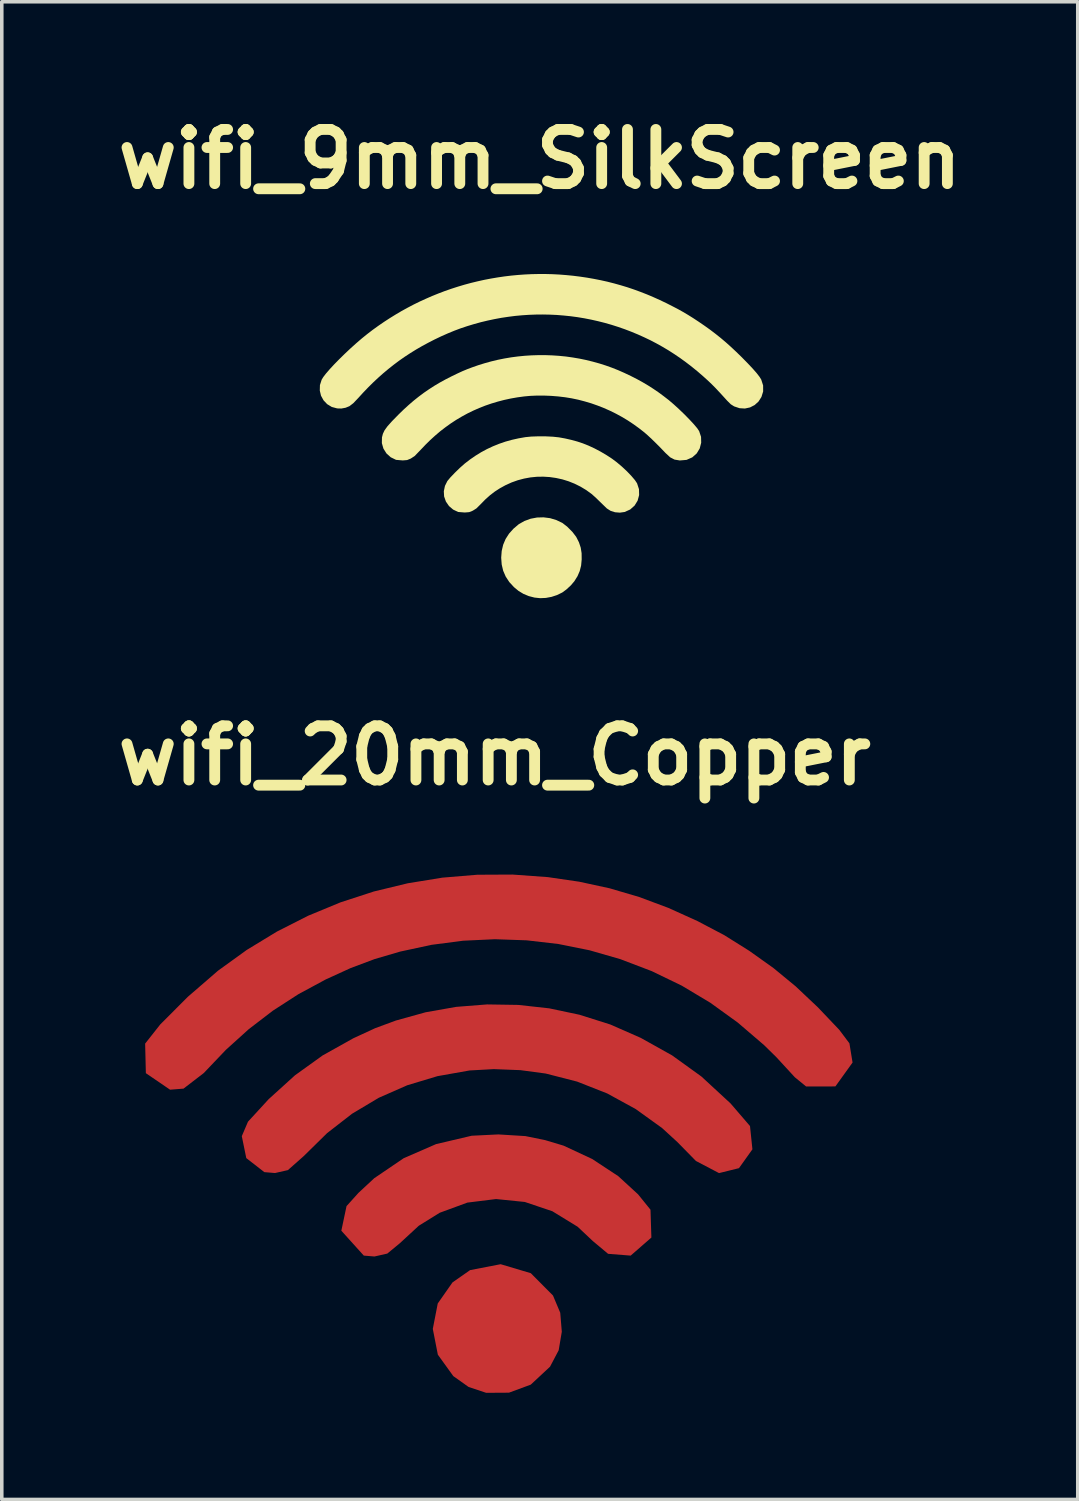
<source format=kicad_pcb>
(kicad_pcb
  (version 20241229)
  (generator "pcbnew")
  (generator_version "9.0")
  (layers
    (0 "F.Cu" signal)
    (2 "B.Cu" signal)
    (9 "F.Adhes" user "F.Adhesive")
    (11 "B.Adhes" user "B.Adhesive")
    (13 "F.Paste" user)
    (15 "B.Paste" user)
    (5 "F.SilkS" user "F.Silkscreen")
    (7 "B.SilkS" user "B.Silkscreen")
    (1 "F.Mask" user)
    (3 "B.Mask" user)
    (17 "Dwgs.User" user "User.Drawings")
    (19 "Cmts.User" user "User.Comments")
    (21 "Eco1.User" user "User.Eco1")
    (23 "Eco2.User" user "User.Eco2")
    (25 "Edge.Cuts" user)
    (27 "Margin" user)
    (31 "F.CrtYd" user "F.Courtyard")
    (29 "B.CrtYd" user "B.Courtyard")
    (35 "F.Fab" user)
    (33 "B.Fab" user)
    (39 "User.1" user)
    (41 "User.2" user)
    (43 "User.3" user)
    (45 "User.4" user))
  (footprint "wifi_20mm_Copper"
    (layer "F.Cu")
    (at 10.864 28.729)
    (property "Reference" "wifi_20mm_Copper" (at 0 -10.526 0) (layer "F.SilkS") (effects (font (size 1.524 1.524) (thickness 0.305))))
    (attr exclude_from_pos_files exclude_from_bom)
    (fp_poly (pts (xy -0.238 7.402) (xy -0.734 7.236) (xy -1.162 6.932) (xy -1.597 6.329) (xy -1.739 5.604) (xy -1.6 4.889) (xy -1.185 4.296) (xy -0.69 3.95) (xy 0.17 3.784) (xy 1.018 4.037) (xy 1.642 4.665) (xy 1.846 5.15) (xy 1.89 5.684) (xy 1.802 6.205) (xy 1.558 6.668) (xy 1.016 7.172) (xy 0.404 7.398) (xy -0.238 7.402)) (stroke (width 0) (type solid)) (fill yes) (layer "F.Cu"))
    (fp_poly (pts (xy -3.68 3.542) (xy -4.312 2.842) (xy -4.166 2.15) (xy -3.83 1.777) (xy -3.387 1.365) (xy -2.558 0.802) (xy -1.646 0.405) (xy -0.646 0.17) (xy 0.104 0.133) (xy 0.865 0.18) (xy 1.42 0.293) (xy 1.937 0.448) (xy 2.744 0.824) (xy 3.478 1.307) (xy 4.037 1.82) (xy 4.385 2.251) (xy 4.41 3.034) (xy 3.827 3.542) (xy 3.192 3.492) (xy 2.763 3.133) (xy 2.335 2.73) (xy 1.624 2.294) (xy 0.849 2.033) (xy 0.041 1.951) (xy -0.767 2.051) (xy -1.545 2.337) (xy -2.133 2.702) (xy -2.664 3.192) (xy -3.019 3.485) (xy -3.38 3.567) (xy -3.68 3.542)) (stroke (width 0) (type solid)) (fill yes) (layer "F.Cu"))
    (fp_poly (pts (xy -6.478 1.194) (xy -6.986 0.799) (xy -7.112 0.182) (xy -6.938 -0.225) (xy -6.355 -0.86) (xy -5.616 -1.53) (xy -4.838 -2.089) (xy -3.974 -2.572) (xy -3.364 -2.854) (xy -2.78 -3.07) (xy -1.942 -3.303) (xy -1.083 -3.455) (xy -0.211 -3.524) (xy 0.665 -3.51) (xy 1.533 -3.414) (xy 2.386 -3.234) (xy 3.253 -2.96) (xy 4.111 -2.583) (xy 4.993 -2.09) (xy 5.816 -1.497) (xy 6.637 -0.739) (xy 7.184 -0.103) (xy 7.252 0.552) (xy 6.874 1.082) (xy 6.313 1.221) (xy 5.663 0.88) (xy 5.141 0.348) (xy 4.711 -0.046) (xy 3.968 -0.581) (xy 3.168 -1.019) (xy 2.32 -1.353) (xy 1.436 -1.58) (xy 0.724 -1.675) (xy -0.023 -1.704) (xy -0.706 -1.666) (xy -1.607 -1.506) (xy -2.457 -1.25) (xy -3.258 -0.898) (xy -4.01 -0.449) (xy -4.713 0.097) (xy -5.368 0.741) (xy -5.815 1.137) (xy -6.178 1.219) (xy -6.478 1.194)) (stroke (width 0) (type solid)) (fill yes) (layer "F.Cu"))
    (fp_poly (pts (xy -9.13 -1.125) (xy -9.811 -1.59) (xy -9.831 -2.422) (xy -9.405 -2.962) (xy -8.627 -3.741) (xy -7.782 -4.472) (xy -6.972 -5.057) (xy -6.124 -5.573) (xy -5.243 -6.02) (xy -4.333 -6.396) (xy -3.397 -6.701) (xy -2.442 -6.932) (xy -1.47 -7.09) (xy -0.487 -7.172) (xy 0.504 -7.177) (xy 1.498 -7.105) (xy 2.38 -6.976) (xy 3.234 -6.791) (xy 4.066 -6.546) (xy 4.886 -6.24) (xy 5.704 -5.87) (xy 6.461 -5.472) (xy 7.163 -5.032) (xy 7.844 -4.547) (xy 8.468 -4.033) (xy 9.094 -3.442) (xy 9.694 -2.811) (xy 9.981 -2.429) (xy 10.069 -1.889) (xy 9.586 -1.217) (xy 8.762 -1.216) (xy 8.445 -1.475) (xy 7.923 -2.042) (xy 7.58 -2.379) (xy 6.839 -3.014) (xy 6.069 -3.57) (xy 5.264 -4.052) (xy 4.421 -4.46) (xy 3.534 -4.798) (xy 2.67 -5.047) (xy 1.791 -5.224) (xy 0.902 -5.327) (xy 0.008 -5.358) (xy -0.886 -5.316) (xy -1.776 -5.2) (xy -2.658 -5.01) (xy -3.371 -4.801) (xy -4.049 -4.547) (xy -4.75 -4.227) (xy -5.521 -3.811) (xy -6.239 -3.347) (xy -6.916 -2.828) (xy -7.56 -2.246) (xy -8.182 -1.593) (xy -8.752 -1.155) (xy -9.13 -1.125)) (stroke (width 0) (type solid)) (fill yes) (layer "F.Cu")))
  (footprint "wifi_9mm_SilkScreen"
    (layer "F.Cu")
    (at 12.134 9.141)
    (property "Reference" "wifi_9mm_SilkScreen" (at 0 -7.715 0) (layer "F.SilkS") (effects (font (size 1.524 1.524) (thickness 0.305))))
    (attr exclude_from_pos_files exclude_from_bom)
    (fp_poly (pts (xy -0.149 4.619) (xy -0.308 4.578) (xy -0.458 4.516) (xy -0.597 4.432) (xy -0.725 4.326) (xy -0.856 4.184) (xy -0.957 4.031) (xy -1.029 3.866) (xy -1.071 3.689) (xy -1.085 3.498) (xy -1.071 3.31) (xy -1.03 3.134) (xy -0.961 2.971) (xy -0.864 2.82) (xy -0.739 2.681) (xy -0.589 2.554) (xy -0.431 2.465) (xy -0.257 2.401) (xy -0.076 2.367) (xy 0.106 2.362) (xy 0.288 2.385) (xy 0.465 2.438) (xy 0.635 2.519) (xy 0.771 2.624) (xy 0.919 2.773) (xy 1.025 2.912) (xy 1.102 3.064) (xy 1.152 3.214) (xy 1.177 3.371) (xy 1.179 3.548) (xy 1.163 3.719) (xy 1.124 3.873) (xy 1.062 4.017) (xy 0.972 4.161) (xy 0.875 4.275) (xy 0.751 4.39) (xy 0.634 4.476) (xy 0.487 4.548) (xy 0.332 4.599) (xy 0.171 4.629) (xy 0.01 4.636) (xy -0.149 4.619)) (stroke (width 0) (type solid)) (fill yes) (layer "F.SilkS"))
    (fp_poly (pts (xy -2.297 2.211) (xy -2.437 2.144) (xy -2.553 2.045) (xy -2.64 1.919) (xy -2.691 1.774) (xy -2.699 1.627) (xy -2.667 1.477) (xy -2.6 1.342) (xy -2.518 1.243) (xy -2.39 1.109) (xy -2.245 0.968) (xy -2.114 0.852) (xy -1.964 0.736) (xy -1.809 0.629) (xy -1.65 0.531) (xy -1.487 0.443) (xy -1.318 0.364) (xy -1.145 0.294) (xy -0.968 0.233) (xy -0.785 0.182) (xy -0.597 0.14) (xy -0.403 0.106) (xy -0.24 0.09) (xy -0.04 0.083) (xy 0.171 0.084) (xy 0.372 0.094) (xy 0.54 0.112) (xy 0.711 0.143) (xy 0.886 0.183) (xy 1.055 0.229) (xy 1.209 0.28) (xy 1.372 0.345) (xy 1.542 0.424) (xy 1.712 0.514) (xy 1.878 0.612) (xy 2.033 0.713) (xy 2.17 0.816) (xy 2.314 0.938) (xy 2.455 1.07) (xy 2.579 1.2) (xy 2.677 1.315) (xy 2.737 1.405) (xy 2.791 1.57) (xy 2.795 1.736) (xy 2.752 1.894) (xy 2.667 2.032) (xy 2.544 2.141) (xy 2.389 2.211) (xy 2.254 2.23) (xy 2.117 2.219) (xy 1.992 2.179) (xy 1.887 2.112) (xy 1.725 1.955) (xy 1.572 1.806) (xy 1.457 1.704) (xy 1.305 1.594) (xy 1.145 1.498) (xy 0.98 1.416) (xy 0.81 1.348) (xy 0.636 1.294) (xy 0.459 1.255) (xy 0.279 1.229) (xy 0.098 1.218) (xy -0.083 1.221) (xy -0.264 1.239) (xy -0.443 1.272) (xy -0.62 1.319) (xy -0.794 1.381) (xy -0.964 1.458) (xy -1.119 1.543) (xy -1.263 1.636) (xy -1.399 1.74) (xy -1.531 1.858) (xy -1.662 1.992) (xy -1.782 2.111) (xy -1.884 2.175) (xy -1.986 2.216) (xy -2.11 2.226) (xy -2.297 2.211)) (stroke (width 0) (type solid)) (fill yes) (layer "F.SilkS"))
    (fp_poly (pts (xy -4.043 0.745) (xy -4.193 0.672) (xy -4.313 0.564) (xy -4.398 0.428) (xy -4.442 0.275) (xy -4.439 0.113) (xy -4.413 0.012) (xy -4.366 -0.087) (xy -4.284 -0.2) (xy -4.155 -0.344) (xy -3.966 -0.537) (xy -3.828 -0.671) (xy -3.69 -0.797) (xy -3.551 -0.917) (xy -3.411 -1.029) (xy -3.267 -1.137) (xy -3.12 -1.238) (xy -2.969 -1.336) (xy -2.812 -1.429) (xy -2.65 -1.518) (xy -2.48 -1.605) (xy -2.315 -1.685) (xy -2.169 -1.752) (xy -2.031 -1.809) (xy -1.89 -1.862) (xy -1.735 -1.916) (xy -1.552 -1.973) (xy -1.368 -2.024) (xy -1.181 -2.069) (xy -0.993 -2.107) (xy -0.803 -2.139) (xy -0.612 -2.164) (xy -0.42 -2.183) (xy -0.228 -2.195) (xy -0.035 -2.201) (xy 0.158 -2.201) (xy 0.351 -2.194) (xy 0.543 -2.181) (xy 0.735 -2.162) (xy 0.925 -2.135) (xy 1.115 -2.103) (xy 1.303 -2.064) (xy 1.489 -2.018) (xy 1.677 -1.966) (xy 1.856 -1.909) (xy 2.03 -1.847) (xy 2.204 -1.778) (xy 2.381 -1.7) (xy 2.566 -1.612) (xy 2.733 -1.527) (xy 2.891 -1.44) (xy 3.042 -1.351) (xy 3.189 -1.257) (xy 3.335 -1.158) (xy 3.481 -1.05) (xy 3.63 -0.935) (xy 3.767 -0.818) (xy 3.917 -0.681) (xy 4.069 -0.535) (xy 4.212 -0.389) (xy 4.336 -0.255) (xy 4.43 -0.143) (xy 4.483 -0.064) (xy 4.537 0.097) (xy 4.541 0.263) (xy 4.5 0.423) (xy 4.415 0.564) (xy 4.29 0.675) (xy 4.128 0.746) (xy 3.94 0.762) (xy 3.792 0.738) (xy 3.667 0.673) (xy 3.534 0.549) (xy 3.404 0.413) (xy 3.272 0.28) (xy 3.147 0.158) (xy 3.034 0.053) (xy 2.94 -0.029) (xy 2.79 -0.146) (xy 2.635 -0.258) (xy 2.477 -0.363) (xy 2.314 -0.461) (xy 2.147 -0.552) (xy 1.977 -0.636) (xy 1.803 -0.713) (xy 1.627 -0.782) (xy 1.448 -0.845) (xy 1.266 -0.899) (xy 1.082 -0.947) (xy 0.896 -0.986) (xy 0.713 -1.016) (xy 0.518 -1.039) (xy 0.318 -1.055) (xy 0.118 -1.063) (xy -0.079 -1.063) (xy -0.267 -1.055) (xy -0.44 -1.039) (xy -0.631 -1.013) (xy -0.819 -0.98) (xy -1.003 -0.94) (xy -1.183 -0.893) (xy -1.36 -0.84) (xy -1.534 -0.78) (xy -1.704 -0.713) (xy -1.87 -0.64) (xy -2.034 -0.56) (xy -2.193 -0.473) (xy -2.35 -0.38) (xy -2.503 -0.28) (xy -2.652 -0.173) (xy -2.799 -0.06) (xy -2.941 0.061) (xy -3.081 0.188) (xy -3.217 0.322) (xy -3.35 0.462) (xy -3.519 0.637) (xy -3.629 0.709) (xy -3.732 0.751) (xy -3.855 0.761) (xy -4.043 0.745)) (stroke (width 0) (type solid)) (fill yes) (layer "F.SilkS"))
    (fp_poly (pts (xy -5.698 -0.702) (xy -5.851 -0.743) (xy -5.981 -0.822) (xy -6.083 -0.93) (xy -6.154 -1.06) (xy -6.188 -1.205) (xy -6.184 -1.358) (xy -6.135 -1.511) (xy -6.089 -1.586) (xy -6.012 -1.686) (xy -5.909 -1.805) (xy -5.784 -1.94) (xy -5.643 -2.084) (xy -5.49 -2.234) (xy -5.33 -2.385) (xy -5.168 -2.531) (xy -5.009 -2.668) (xy -4.857 -2.791) (xy -4.702 -2.91) (xy -4.544 -3.024) (xy -4.384 -3.134) (xy -4.221 -3.24) (xy -4.056 -3.342) (xy -3.89 -3.44) (xy -3.721 -3.533) (xy -3.55 -3.623) (xy -3.377 -3.708) (xy -3.202 -3.788) (xy -3.026 -3.865) (xy -2.847 -3.937) (xy -2.668 -4.005) (xy -2.487 -4.068) (xy -2.304 -4.127) (xy -2.12 -4.182) (xy -1.935 -4.232) (xy -1.749 -4.277) (xy -1.561 -4.319) (xy -1.373 -4.355) (xy -1.184 -4.387) (xy -0.994 -4.415) (xy -0.803 -4.438) (xy -0.611 -4.456) (xy -0.419 -4.47) (xy -0.227 -4.479) (xy -0.034 -4.483) (xy 0.16 -4.483) (xy 0.353 -4.478) (xy 0.547 -4.468) (xy 0.741 -4.453) (xy 0.935 -4.434) (xy 1.134 -4.409) (xy 1.33 -4.38) (xy 1.524 -4.346) (xy 1.716 -4.308) (xy 1.905 -4.266) (xy 2.093 -4.218) (xy 2.279 -4.166) (xy 2.464 -4.11) (xy 2.648 -4.048) (xy 2.831 -3.981) (xy 3.013 -3.91) (xy 3.195 -3.833) (xy 3.377 -3.751) (xy 3.56 -3.664) (xy 3.733 -3.576) (xy 3.889 -3.495) (xy 4.032 -3.415) (xy 4.172 -3.332) (xy 4.316 -3.242) (xy 4.471 -3.14) (xy 4.636 -3.027) (xy 4.794 -2.914) (xy 4.945 -2.799) (xy 5.092 -2.682) (xy 5.237 -2.559) (xy 5.381 -2.43) (xy 5.526 -2.294) (xy 5.676 -2.148) (xy 5.849 -1.972) (xy 5.991 -1.821) (xy 6.102 -1.694) (xy 6.181 -1.592) (xy 6.229 -1.516) (xy 6.283 -1.349) (xy 6.284 -1.179) (xy 6.236 -1.025) (xy 6.154 -0.896) (xy 6.045 -0.797) (xy 5.915 -0.73) (xy 5.771 -0.699) (xy 5.62 -0.708) (xy 5.468 -0.759) (xy 5.374 -0.818) (xy 5.271 -0.92) (xy 5.08 -1.13) (xy 4.945 -1.274) (xy 4.837 -1.383) (xy 4.73 -1.485) (xy 4.578 -1.622) (xy 4.424 -1.754) (xy 4.268 -1.881) (xy 4.11 -2.002) (xy 3.95 -2.118) (xy 3.788 -2.228) (xy 3.623 -2.334) (xy 3.455 -2.434) (xy 3.285 -2.529) (xy 3.113 -2.619) (xy 2.937 -2.703) (xy 2.759 -2.783) (xy 2.578 -2.858) (xy 2.393 -2.929) (xy 2.206 -2.994) (xy 2.018 -3.054) (xy 1.829 -3.108) (xy 1.639 -3.156) (xy 1.448 -3.199) (xy 1.255 -3.237) (xy 1.062 -3.269) (xy 0.869 -3.295) (xy 0.674 -3.315) (xy 0.479 -3.331) (xy 0.284 -3.34) (xy 0.089 -3.344) (xy -0.107 -3.342) (xy -0.302 -3.335) (xy -0.497 -3.322) (xy -0.692 -3.304) (xy -0.887 -3.279) (xy -1.081 -3.25) (xy -1.274 -3.214) (xy -1.467 -3.173) (xy -1.659 -3.127) (xy -1.854 -3.073) (xy -2.042 -3.016) (xy -2.225 -2.955) (xy -2.406 -2.887) (xy -2.588 -2.812) (xy -2.773 -2.73) (xy -2.965 -2.638) (xy -3.14 -2.548) (xy -3.312 -2.455) (xy -3.478 -2.359) (xy -3.641 -2.258) (xy -3.8 -2.154) (xy -3.956 -2.045) (xy -4.108 -1.931) (xy -4.257 -1.813) (xy -4.404 -1.69) (xy -4.548 -1.562) (xy -4.69 -1.429) (xy -4.83 -1.29) (xy -4.969 -1.145) (xy -5.107 -0.994) (xy -5.245 -0.849) (xy -5.354 -0.765) (xy -5.462 -0.721) (xy -5.581 -0.699) (xy -5.698 -0.702)) (stroke (width 0) (type solid)) (fill yes) (layer "F.SilkS")))
  (gr_rect
    (start -3 -3)
    (end 27.268 39.131)
    (stroke (width 0.1) (type default))
    (fill no)
    (layer "Edge.Cuts")))
</source>
